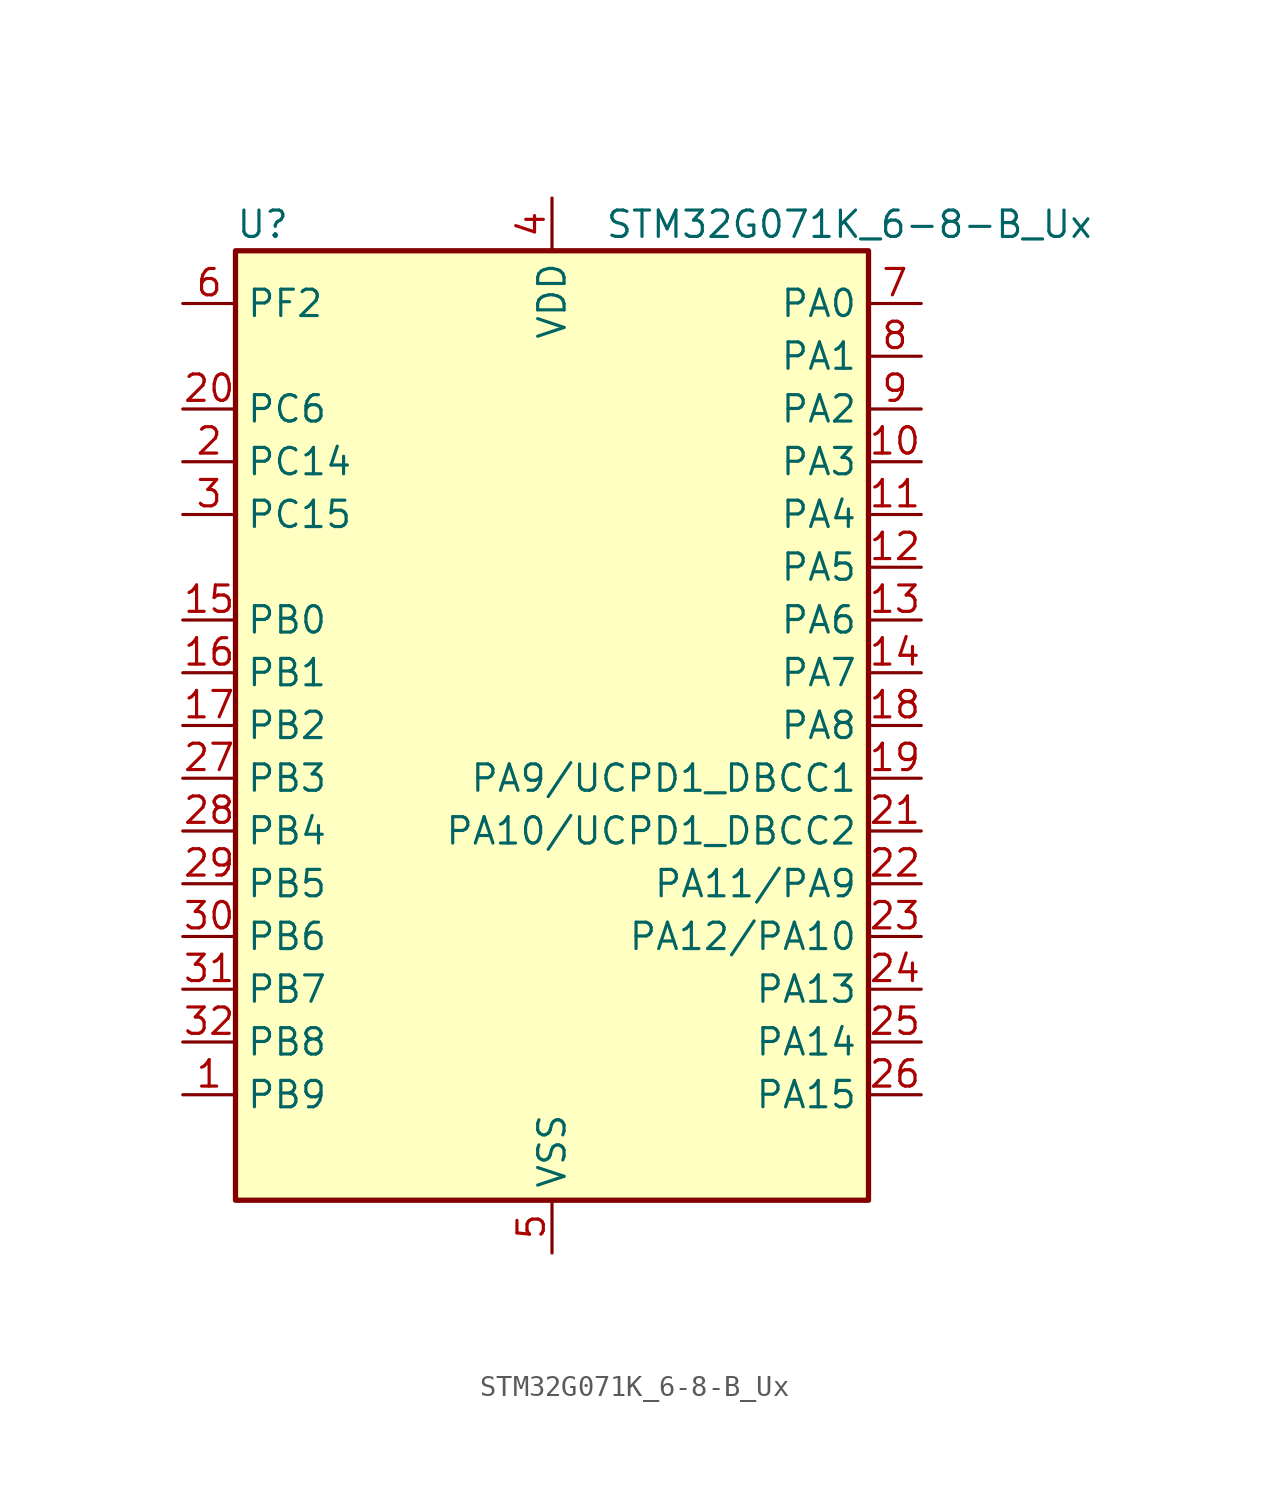
<source format=kicad_sym>
(kicad_symbol_lib
  (version 20211014)
  (generator kicad-library-utils)
  (symbol "STM32G071K_6-8-B_Ux"
    (property "Reference" "U"
      (at -15.24 24.13 0)
      (effects (font (size 1.27 1.27)) (justify left)))
    (property "Value" "STM32G071K_6-8-B_Ux"
      (at 2.54 24.13 0)
      (effects (font (size 1.27 1.27)) (justify left)))
    (property "ki_fp_filters" "QFN*1EP*5x5mm*P0.5mm*"
      (at 0.0 0.0 0.0)
      (effects (font (size 1.27 1.27))))
    (symbol "STM32G071K_6-8-B_Ux_0_1"
      (rectangle (start -15.24 -22.86) (end 15.24 22.86) (stroke (width 0.254)) (fill (type background))))
    (symbol "STM32G071K_6-8-B_Ux_1_1"
      (pin bidirectional line (at -17.78 20.32 0) (length 2.54) (name "PF2" (effects (font (size 1.27 1.27)))) (number "6" (effects (font (size 1.27 1.27)))) (alternate "RCC_MCO" bidirectional line))
      (pin bidirectional line (at -17.78 15.24 0) (length 2.54) (name "PC6" (effects (font (size 1.27 1.27)))) (number "20" (effects (font (size 1.27 1.27)))) (alternate "TIM2_CH3" bidirectional line) (alternate "TIM3_CH1" bidirectional line) (alternate "UCPD1_FRSTX1" bidirectional line) (alternate "UCPD1_FRSTX2" bidirectional line))
      (pin bidirectional line (at -17.78 12.7 0) (length 2.54) (name "PC14" (effects (font (size 1.27 1.27)))) (number "2" (effects (font (size 1.27 1.27)))) (alternate "RCC_OSC32_IN" bidirectional line) (alternate "RCC_OSC_IN" bidirectional line) (alternate "TIM1_BK2" bidirectional line))
      (pin bidirectional line (at -17.78 10.16 0) (length 2.54) (name "PC15" (effects (font (size 1.27 1.27)))) (number "3" (effects (font (size 1.27 1.27)))) (alternate "RCC_OSC32_EN" bidirectional line) (alternate "RCC_OSC32_OUT" bidirectional line) (alternate "RCC_OSC_EN" bidirectional line) (alternate "TIM15_BK" bidirectional line))
      (pin bidirectional line (at -17.78 5.08 0) (length 2.54) (name "PB0" (effects (font (size 1.27 1.27)))) (number "15" (effects (font (size 1.27 1.27)))) (alternate "ADC1_IN8" bidirectional line) (alternate "COMP1_OUT" bidirectional line) (alternate "I2S1_WS" bidirectional line) (alternate "LPTIM1_OUT" bidirectional line) (alternate "SPI1_NSS" bidirectional line) (alternate "TIM1_CH2N" bidirectional line) (alternate "TIM3_CH3" bidirectional line) (alternate "UCPD1_FRSTX1" bidirectional line) (alternate "UCPD1_FRSTX2" bidirectional line) (alternate "USART3_RX" bidirectional line))
      (pin bidirectional line (at -17.78 2.54 0) (length 2.54) (name "PB1" (effects (font (size 1.27 1.27)))) (number "16" (effects (font (size 1.27 1.27)))) (alternate "ADC1_IN9" bidirectional line) (alternate "COMP1_INM" bidirectional line) (alternate "LPTIM2_IN1" bidirectional line) (alternate "LPUART1_DE" bidirectional line) (alternate "LPUART1_RTS" bidirectional line) (alternate "TIM14_CH1" bidirectional line) (alternate "TIM1_CH3N" bidirectional line) (alternate "TIM3_CH4" bidirectional line) (alternate "USART3_CK" bidirectional line) (alternate "USART3_DE" bidirectional line) (alternate "USART3_RTS" bidirectional line))
      (pin bidirectional line (at -17.78 0.0 0) (length 2.54) (name "PB2" (effects (font (size 1.27 1.27)))) (number "17" (effects (font (size 1.27 1.27)))) (alternate "ADC1_IN10" bidirectional line) (alternate "COMP1_INP" bidirectional line) (alternate "LPTIM1_OUT" bidirectional line) (alternate "SPI2_MISO" bidirectional line) (alternate "USART3_TX" bidirectional line))
      (pin bidirectional line (at -17.78 -2.54 0) (length 2.54) (name "PB3" (effects (font (size 1.27 1.27)))) (number "27" (effects (font (size 1.27 1.27)))) (alternate "COMP2_INM" bidirectional line) (alternate "I2S1_CK" bidirectional line) (alternate "SPI1_SCK" bidirectional line) (alternate "TIM1_CH2" bidirectional line) (alternate "TIM2_CH2" bidirectional line) (alternate "USART1_CK" bidirectional line) (alternate "USART1_DE" bidirectional line) (alternate "USART1_RTS" bidirectional line))
      (pin bidirectional line (at -17.78 -5.08 0) (length 2.54) (name "PB4" (effects (font (size 1.27 1.27)))) (number "28" (effects (font (size 1.27 1.27)))) (alternate "COMP2_INP" bidirectional line) (alternate "I2S1_MCK" bidirectional line) (alternate "SPI1_MISO" bidirectional line) (alternate "TIM17_BK" bidirectional line) (alternate "TIM3_CH1" bidirectional line) (alternate "USART1_CTS" bidirectional line) (alternate "USART1_NSS" bidirectional line))
      (pin bidirectional line (at -17.78 -7.62 0) (length 2.54) (name "PB5" (effects (font (size 1.27 1.27)))) (number "29" (effects (font (size 1.27 1.27)))) (alternate "COMP2_OUT" bidirectional line) (alternate "I2C1_SMBA" bidirectional line) (alternate "I2S1_SD" bidirectional line) (alternate "LPTIM1_IN1" bidirectional line) (alternate "SPI1_MOSI" bidirectional line) (alternate "SYS_WKUP6" bidirectional line) (alternate "TIM16_BK" bidirectional line) (alternate "TIM3_CH2" bidirectional line))
      (pin bidirectional line (at -17.78 -10.16 0) (length 2.54) (name "PB6" (effects (font (size 1.27 1.27)))) (number "30" (effects (font (size 1.27 1.27)))) (alternate "COMP2_INP" bidirectional line) (alternate "I2C1_SCL" bidirectional line) (alternate "LPTIM1_ETR" bidirectional line) (alternate "SPI2_MISO" bidirectional line) (alternate "TIM16_CH1N" bidirectional line) (alternate "TIM1_CH3" bidirectional line) (alternate "USART1_TX" bidirectional line))
      (pin bidirectional line (at -17.78 -12.7 0) (length 2.54) (name "PB7" (effects (font (size 1.27 1.27)))) (number "31" (effects (font (size 1.27 1.27)))) (alternate "COMP2_INM" bidirectional line) (alternate "I2C1_SDA" bidirectional line) (alternate "LPTIM1_IN2" bidirectional line) (alternate "SPI2_MOSI" bidirectional line) (alternate "SYS_PVD_IN" bidirectional line) (alternate "TIM17_CH1N" bidirectional line) (alternate "USART1_RX" bidirectional line) (alternate "USART4_CTS" bidirectional line) (alternate "USART4_NSS" bidirectional line))
      (pin bidirectional line (at -17.78 -15.24 0) (length 2.54) (name "PB8" (effects (font (size 1.27 1.27)))) (number "32" (effects (font (size 1.27 1.27)))) (alternate "CEC" bidirectional line) (alternate "I2C1_SCL" bidirectional line) (alternate "SPI2_SCK" bidirectional line) (alternate "TIM15_BK" bidirectional line) (alternate "TIM16_CH1" bidirectional line) (alternate "USART3_TX" bidirectional line))
      (pin bidirectional line (at -17.78 -17.78 0) (length 2.54) (name "PB9" (effects (font (size 1.27 1.27)))) (number "1" (effects (font (size 1.27 1.27)))) (alternate "DAC1_EXTI9" bidirectional line) (alternate "I2C1_SDA" bidirectional line) (alternate "IR_OUT" bidirectional line) (alternate "SPI2_NSS" bidirectional line) (alternate "TIM17_CH1" bidirectional line) (alternate "USART3_RX" bidirectional line))
      (pin bidirectional line (at 17.78 20.32 180) (length 2.54) (name "PA0" (effects (font (size 1.27 1.27)))) (number "7" (effects (font (size 1.27 1.27)))) (alternate "ADC1_IN0" bidirectional line) (alternate "COMP1_INM" bidirectional line) (alternate "COMP1_OUT" bidirectional line) (alternate "LPTIM1_OUT" bidirectional line) (alternate "RTC_TAMP_IN2" bidirectional line) (alternate "SPI2_SCK" bidirectional line) (alternate "SYS_WKUP1" bidirectional line) (alternate "TIM2_CH1" bidirectional line) (alternate "TIM2_ETR" bidirectional line) (alternate "USART2_CTS" bidirectional line) (alternate "USART2_NSS" bidirectional line) (alternate "USART4_TX" bidirectional line))
      (pin bidirectional line (at 17.78 17.78 180) (length 2.54) (name "PA1" (effects (font (size 1.27 1.27)))) (number "8" (effects (font (size 1.27 1.27)))) (alternate "ADC1_IN1" bidirectional line) (alternate "COMP1_INP" bidirectional line) (alternate "I2C1_SMBA" bidirectional line) (alternate "I2S1_CK" bidirectional line) (alternate "SPI1_SCK" bidirectional line) (alternate "TIM15_CH1N" bidirectional line) (alternate "TIM2_CH2" bidirectional line) (alternate "USART2_CK" bidirectional line) (alternate "USART2_DE" bidirectional line) (alternate "USART2_RTS" bidirectional line) (alternate "USART4_RX" bidirectional line))
      (pin bidirectional line (at 17.78 15.24 180) (length 2.54) (name "PA2" (effects (font (size 1.27 1.27)))) (number "9" (effects (font (size 1.27 1.27)))) (alternate "ADC1_IN2" bidirectional line) (alternate "COMP2_INM" bidirectional line) (alternate "COMP2_OUT" bidirectional line) (alternate "I2S1_SD" bidirectional line) (alternate "LPUART1_TX" bidirectional line) (alternate "RCC_LSCO" bidirectional line) (alternate "SPI1_MOSI" bidirectional line) (alternate "SYS_WKUP4" bidirectional line) (alternate "TIM15_CH1" bidirectional line) (alternate "TIM2_CH3" bidirectional line) (alternate "UCPD1_FRSTX1" bidirectional line) (alternate "UCPD1_FRSTX2" bidirectional line) (alternate "USART2_TX" bidirectional line))
      (pin bidirectional line (at 17.78 12.7 180) (length 2.54) (name "PA3" (effects (font (size 1.27 1.27)))) (number "10" (effects (font (size 1.27 1.27)))) (alternate "ADC1_IN3" bidirectional line) (alternate "COMP2_INP" bidirectional line) (alternate "LPUART1_RX" bidirectional line) (alternate "SPI2_MISO" bidirectional line) (alternate "TIM15_CH2" bidirectional line) (alternate "TIM2_CH4" bidirectional line) (alternate "USART2_RX" bidirectional line))
      (pin bidirectional line (at 17.78 10.16 180) (length 2.54) (name "PA4" (effects (font (size 1.27 1.27)))) (number "11" (effects (font (size 1.27 1.27)))) (alternate "ADC1_IN4" bidirectional line) (alternate "DAC1_OUT1" bidirectional line) (alternate "I2S1_WS" bidirectional line) (alternate "LPTIM2_OUT" bidirectional line) (alternate "RTC_OUT_ALARM" bidirectional line) (alternate "RTC_OUT_CALIB" bidirectional line) (alternate "RTC_TAMP_IN1" bidirectional line) (alternate "RTC_TS" bidirectional line) (alternate "SPI1_NSS" bidirectional line) (alternate "SPI2_MOSI" bidirectional line) (alternate "SYS_WKUP2" bidirectional line) (alternate "TIM14_CH1" bidirectional line))
      (pin bidirectional line (at 17.78 7.62 180) (length 2.54) (name "PA5" (effects (font (size 1.27 1.27)))) (number "12" (effects (font (size 1.27 1.27)))) (alternate "ADC1_IN5" bidirectional line) (alternate "CEC" bidirectional line) (alternate "DAC1_OUT2" bidirectional line) (alternate "I2S1_CK" bidirectional line) (alternate "LPTIM2_ETR" bidirectional line) (alternate "SPI1_SCK" bidirectional line) (alternate "TIM2_CH1" bidirectional line) (alternate "TIM2_ETR" bidirectional line) (alternate "UCPD1_FRSTX1" bidirectional line) (alternate "UCPD1_FRSTX2" bidirectional line) (alternate "USART3_TX" bidirectional line))
      (pin bidirectional line (at 17.78 5.08 180) (length 2.54) (name "PA6" (effects (font (size 1.27 1.27)))) (number "13" (effects (font (size 1.27 1.27)))) (alternate "ADC1_IN6" bidirectional line) (alternate "COMP1_OUT" bidirectional line) (alternate "I2S1_MCK" bidirectional line) (alternate "LPUART1_CTS" bidirectional line) (alternate "SPI1_MISO" bidirectional line) (alternate "TIM16_CH1" bidirectional line) (alternate "TIM1_BK" bidirectional line) (alternate "TIM3_CH1" bidirectional line) (alternate "USART3_CTS" bidirectional line) (alternate "USART3_NSS" bidirectional line))
      (pin bidirectional line (at 17.78 2.54 180) (length 2.54) (name "PA7" (effects (font (size 1.27 1.27)))) (number "14" (effects (font (size 1.27 1.27)))) (alternate "ADC1_IN7" bidirectional line) (alternate "COMP2_OUT" bidirectional line) (alternate "I2S1_SD" bidirectional line) (alternate "SPI1_MOSI" bidirectional line) (alternate "TIM14_CH1" bidirectional line) (alternate "TIM17_CH1" bidirectional line) (alternate "TIM1_CH1N" bidirectional line) (alternate "TIM3_CH2" bidirectional line) (alternate "UCPD1_FRSTX1" bidirectional line) (alternate "UCPD1_FRSTX2" bidirectional line))
      (pin bidirectional line (at 17.78 0.0 180) (length 2.54) (name "PA8" (effects (font (size 1.27 1.27)))) (number "18" (effects (font (size 1.27 1.27)))) (alternate "LPTIM2_OUT" bidirectional line) (alternate "RCC_MCO" bidirectional line) (alternate "SPI2_NSS" bidirectional line) (alternate "TIM1_CH1" bidirectional line) (alternate "UCPD1_CC1" bidirectional line))
      (pin bidirectional line (at 17.78 -2.54 180) (length 2.54) (name "PA9/UCPD1_DBCC1" (effects (font (size 1.27 1.27)))) (number "19" (effects (font (size 1.27 1.27)))) (alternate "DAC1_EXTI9" bidirectional line) (alternate "I2C1_SCL" bidirectional line) (alternate "RCC_MCO" bidirectional line) (alternate "SPI2_MISO" bidirectional line) (alternate "TIM15_BK" bidirectional line) (alternate "TIM1_CH2" bidirectional line) (alternate "UCPD1_DBCC1" bidirectional line) (alternate "USART1_TX" bidirectional line))
      (pin bidirectional line (at 17.78 -5.08 180) (length 2.54) (name "PA10/UCPD1_DBCC2" (effects (font (size 1.27 1.27)))) (number "21" (effects (font (size 1.27 1.27)))) (alternate "I2C1_SDA" bidirectional line) (alternate "SPI2_MOSI" bidirectional line) (alternate "TIM17_BK" bidirectional line) (alternate "TIM1_CH3" bidirectional line) (alternate "UCPD1_DBCC2" bidirectional line) (alternate "USART1_RX" bidirectional line))
      (pin bidirectional line (at 17.78 -7.62 180) (length 2.54) (name "PA11/PA9" (effects (font (size 1.27 1.27)))) (number "22" (effects (font (size 1.27 1.27)))) (alternate "ADC1_EXTI11" bidirectional line) (alternate "COMP1_OUT" bidirectional line) (alternate "I2C2_SCL" bidirectional line) (alternate "I2S1_MCK" bidirectional line) (alternate "SPI1_MISO" bidirectional line) (alternate "TIM1_BK2" bidirectional line) (alternate "TIM1_CH4" bidirectional line) (alternate "USART1_CTS" bidirectional line) (alternate "USART1_NSS" bidirectional line))
      (pin bidirectional line (at 17.78 -10.16 180) (length 2.54) (name "PA12/PA10" (effects (font (size 1.27 1.27)))) (number "23" (effects (font (size 1.27 1.27)))) (alternate "COMP2_OUT" bidirectional line) (alternate "I2C2_SDA" bidirectional line) (alternate "I2S1_SD" bidirectional line) (alternate "I2S_CKIN" bidirectional line) (alternate "SPI1_MOSI" bidirectional line) (alternate "TIM1_ETR" bidirectional line) (alternate "USART1_CK" bidirectional line) (alternate "USART1_DE" bidirectional line) (alternate "USART1_RTS" bidirectional line))
      (pin bidirectional line (at 17.78 -12.7 180) (length 2.54) (name "PA13" (effects (font (size 1.27 1.27)))) (number "24" (effects (font (size 1.27 1.27)))) (alternate "IR_OUT" bidirectional line) (alternate "SYS_SWDIO" bidirectional line))
      (pin bidirectional line (at 17.78 -15.24 180) (length 2.54) (name "PA14" (effects (font (size 1.27 1.27)))) (number "25" (effects (font (size 1.27 1.27)))) (alternate "SYS_SWCLK" bidirectional line) (alternate "USART2_TX" bidirectional line))
      (pin bidirectional line (at 17.78 -17.78 180) (length 2.54) (name "PA15" (effects (font (size 1.27 1.27)))) (number "26" (effects (font (size 1.27 1.27)))) (alternate "I2S1_WS" bidirectional line) (alternate "SPI1_NSS" bidirectional line) (alternate "TIM2_CH1" bidirectional line) (alternate "TIM2_ETR" bidirectional line) (alternate "USART2_RX" bidirectional line) (alternate "USART3_CK" bidirectional line) (alternate "USART3_DE" bidirectional line) (alternate "USART3_RTS" bidirectional line) (alternate "USART4_CK" bidirectional line) (alternate "USART4_DE" bidirectional line) (alternate "USART4_RTS" bidirectional line))
      (pin power_in line (at 0.0 25.4 270) (length 2.54) (name "VDD" (effects (font (size 1.27 1.27)))) (number "4" (effects (font (size 1.27 1.27)))))
      (pin power_in line (at 0.0 -25.4 90) (length 2.54) (name "VSS" (effects (font (size 1.27 1.27)))) (number "5" (effects (font (size 1.27 1.27)))))
      (pin passive line (at 0.0 -25.4 90) (length 2.54) hide (name "VSS" (effects (font (size 1.27 1.27)))) (number "33" (effects (font (size 1.27 1.27))))))))
</source>
